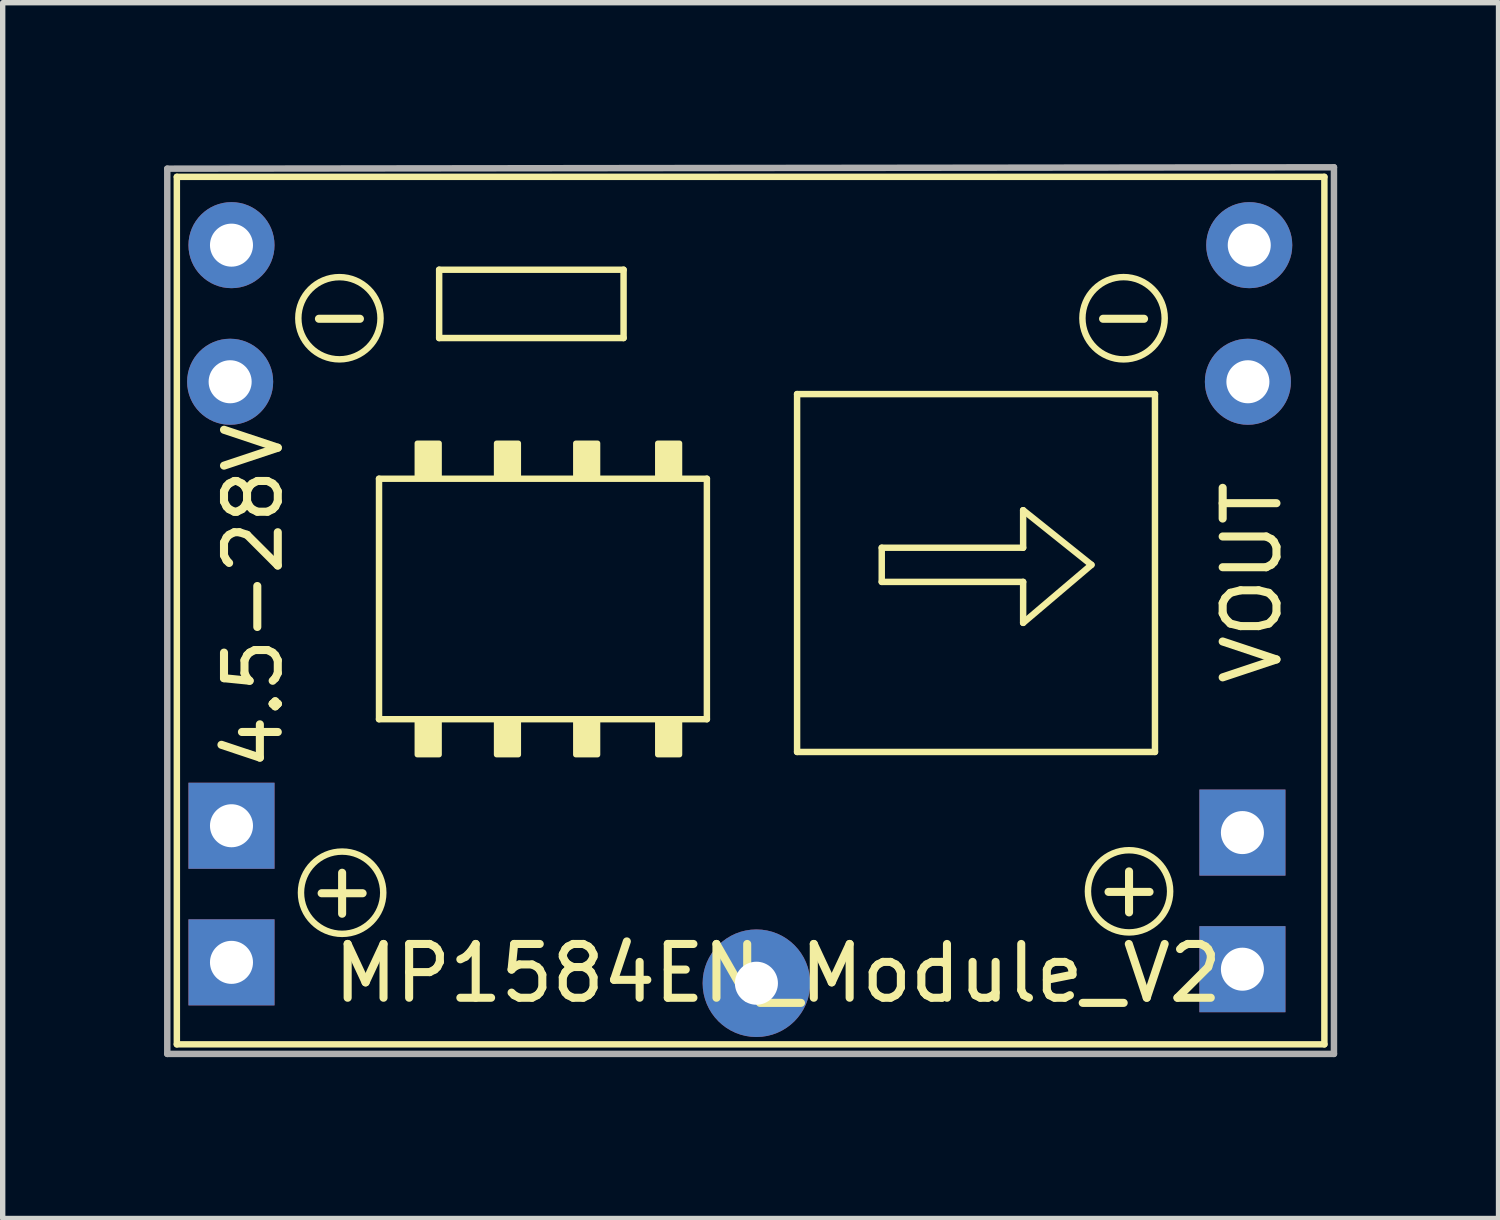
<source format=kicad_pcb>
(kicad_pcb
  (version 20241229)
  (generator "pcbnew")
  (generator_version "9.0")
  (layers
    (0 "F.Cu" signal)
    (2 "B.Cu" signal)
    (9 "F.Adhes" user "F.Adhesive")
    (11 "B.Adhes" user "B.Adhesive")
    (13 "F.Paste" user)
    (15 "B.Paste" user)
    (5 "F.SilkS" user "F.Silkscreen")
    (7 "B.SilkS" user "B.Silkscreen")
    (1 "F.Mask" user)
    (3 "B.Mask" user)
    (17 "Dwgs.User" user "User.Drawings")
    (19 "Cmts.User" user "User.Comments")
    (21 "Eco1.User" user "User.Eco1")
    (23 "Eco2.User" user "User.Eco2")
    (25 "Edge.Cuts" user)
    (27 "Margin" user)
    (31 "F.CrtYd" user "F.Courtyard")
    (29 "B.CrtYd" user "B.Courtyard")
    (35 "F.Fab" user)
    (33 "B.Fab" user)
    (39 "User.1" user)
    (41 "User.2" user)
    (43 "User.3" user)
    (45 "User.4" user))
  (footprint "MP1584EN_Module_V2"
    (placed yes)
    (layer "F.Cu")
    (at 11.414 7.731)
    (property "Reference" "MP1584EN_Module_V2" (at -0.000002 7.315 0) (layer "F.SilkS") (effects (font (size 1 1) (thickness 0.15))))
    (attr through_hole)
    (fp_line (start -11.176 8.636) (end 10.16 8.636) (stroke (width 0.12) (type solid)) (layer "F.SilkS"))
    (fp_line (start -11.176 -7.493) (end -11.176 8.636) (stroke (width 0.12) (type solid)) (layer "F.SilkS"))
    (fp_line (start -7.417 -1.88) (end -1.321 -1.88) (stroke (width 0.12) (type solid)) (layer "F.SilkS"))
    (fp_line (start -7.417 2.591) (end -7.417 -1.88) (stroke (width 0.12) (type solid)) (layer "F.SilkS"))
    (fp_line (start -6.299 -5.766) (end -2.87 -5.766) (stroke (width 0.12) (type solid)) (layer "F.SilkS"))
    (fp_line (start -6.299 -4.496) (end -6.299 -5.766) (stroke (width 0.12) (type solid)) (layer "F.SilkS"))
    (fp_line (start -2.87 -5.766) (end -2.87 -4.496) (stroke (width 0.12) (type solid)) (layer "F.SilkS"))
    (fp_line (start -2.87 -4.496) (end -6.299 -4.496) (stroke (width 0.12) (type solid)) (layer "F.SilkS"))
    (fp_line (start -1.321 2.591) (end -7.417 2.591) (stroke (width 0.12) (type solid)) (layer "F.SilkS"))
    (fp_line (start -1.321 2.591) (end -1.321 -1.88) (stroke (width 0.12) (type solid)) (layer "F.SilkS"))
    (fp_line (start 0.356 -3.454) (end 0.356 3.2) (stroke (width 0.12) (type solid)) (layer "F.SilkS"))
    (fp_line (start 0.356 -3.454) (end 7.01 -3.454) (stroke (width 0.12) (type solid)) (layer "F.SilkS"))
    (fp_line (start 1.93 0.038) (end 1.93 -0.597) (stroke (width 0.12) (type solid)) (layer "F.SilkS"))
    (fp_line (start 1.93 0.038) (end 4.559 0.038) (stroke (width 0.12) (type solid)) (layer "F.SilkS"))
    (fp_line (start 1.93 -0.597) (end 4.559 -0.597) (stroke (width 0.12) (type solid)) (layer "F.SilkS"))
    (fp_line (start 4.559 -1.295) (end 5.829 -0.279) (stroke (width 0.12) (type solid)) (layer "F.SilkS"))
    (fp_line (start 4.559 -0.597) (end 4.559 -1.295) (stroke (width 0.12) (type solid)) (layer "F.SilkS"))
    (fp_line (start 4.559 0.8) (end 4.559 0.038) (stroke (width 0.12) (type solid)) (layer "F.SilkS"))
    (fp_line (start 5.829 -0.279) (end 4.559 0.8) (stroke (width 0.12) (type solid)) (layer "F.SilkS"))
    (fp_line (start 7.01 -3.454) (end 7.01 3.2) (stroke (width 0.12) (type solid)) (layer "F.SilkS"))
    (fp_line (start 7.01 3.2) (end 0.356 3.2) (stroke (width 0.12) (type solid)) (layer "F.SilkS"))
    (fp_line (start 10.16 -7.493) (end -11.176 -7.493) (stroke (width 0.12) (type solid)) (layer "F.SilkS"))
    (fp_line (start 10.16 8.636) (end 10.16 -7.493) (stroke (width 0.12) (type solid)) (layer "F.SilkS"))
    (fp_circle (center -8.153 -4.864) (end -7.582 -4.356) (stroke (width 0.12) (type solid)) (fill no) (layer "F.SilkS"))
    (fp_circle (center -8.103 5.817) (end -7.531 6.325) (stroke (width 0.12) (type solid)) (fill no) (layer "F.SilkS"))
    (fp_circle (center 6.426 -4.864) (end 6.998 -4.356) (stroke (width 0.12) (type solid)) (fill no) (layer "F.SilkS"))
    (fp_circle (center 6.528 5.791) (end 7.099 6.299) (stroke (width 0.12) (type solid)) (fill no) (layer "F.SilkS"))
    (fp_poly (pts (xy -6.706 -2.54) (xy -6.299 -2.54) (xy -6.299 -1.93) (xy -6.706 -1.93)) (stroke (width 0.1) (type solid)) (fill yes) (layer "F.SilkS"))
    (fp_poly (pts (xy -6.706 2.642) (xy -6.299 2.642) (xy -6.299 3.251) (xy -6.706 3.251)) (stroke (width 0.1) (type solid)) (fill yes) (layer "F.SilkS"))
    (fp_poly (pts (xy -5.232 -2.54) (xy -4.826 -2.54) (xy -4.826 -1.93) (xy -5.232 -1.93)) (stroke (width 0.1) (type solid)) (fill yes) (layer "F.SilkS"))
    (fp_poly (pts (xy -5.232 2.642) (xy -4.826 2.642) (xy -4.826 3.251) (xy -5.232 3.251)) (stroke (width 0.1) (type solid)) (fill yes) (layer "F.SilkS"))
    (fp_poly (pts (xy -3.759 -2.54) (xy -3.353 -2.54) (xy -3.353 -1.93) (xy -3.759 -1.93)) (stroke (width 0.1) (type solid)) (fill yes) (layer "F.SilkS"))
    (fp_poly (pts (xy -3.759 2.642) (xy -3.353 2.642) (xy -3.353 3.251) (xy -3.759 3.251)) (stroke (width 0.1) (type solid)) (fill yes) (layer "F.SilkS"))
    (fp_poly (pts (xy -2.235 -2.54) (xy -1.829 -2.54) (xy -1.829 -1.93) (xy -2.235 -1.93)) (stroke (width 0.1) (type solid)) (fill yes) (layer "F.SilkS"))
    (fp_poly (pts (xy -2.235 2.642) (xy -1.829 2.642) (xy -1.829 3.251) (xy -2.235 3.251)) (stroke (width 0.1) (type solid)) (fill yes) (layer "F.SilkS"))
    (fp_line (start -11.354 8.814) (end 10.338 8.814) (stroke (width 0.12) (type solid)) (layer "F.Fab"))
    (fp_line (start -11.354 -7.645) (end -11.354 8.814) (stroke (width 0.12) (type solid)) (layer "F.Fab"))
    (fp_line (start -11.354 -7.645) (end 10.338 -7.671) (stroke (width 0.12) (type solid)) (layer "F.Fab"))
    (fp_line (start 10.338 -7.671) (end 10.338 8.814) (stroke (width 0.12) (type solid)) (layer "F.Fab"))
    (fp_text user "-" (at -8.153 -4.928 0) (layer "F.SilkS") (effects (font (size 1 1) (thickness 0.15))))
    (fp_text user "-" (at 6.426 -4.928 0) (layer "F.SilkS") (effects (font (size 1 1) (thickness 0.15))))
    (fp_text user "4.5-28V" (at -9.754 0.305 90) (layer "F.SilkS") (effects (font (size 1 1) (thickness 0.15))))
    (fp_text user "+" (at 6.528 5.728 0) (layer "F.SilkS") (effects (font (size 1 1) (thickness 0.15))))
    (fp_text user "+" (at -8.103 5.753 0) (layer "F.SilkS") (effects (font (size 1 1) (thickness 0.15))))
    (fp_text user "VOUT" (at 8.814 0.051 90) (layer "F.SilkS") (effects (font (size 1 1) (thickness 0.15))))
    (pad "1" thru_hole rect (at -10.16 7.112 90) (size 1.6 1.6) (drill 0.8) (layers "*.Cu" "*.Mask"))
    (pad "1" thru_hole rect (at -10.16 4.572 90) (size 1.6 1.6) (drill 0.8) (layers "*.Cu" "*.Mask"))
    (pad "2" thru_hole oval (at -10.185 -3.683 90) (size 1.6 1.6) (drill 0.8) (layers "*.Cu" "*.Mask"))
    (pad "2" thru_hole oval (at -10.16 -6.223 90) (size 1.6 1.6) (drill 0.8) (layers "*.Cu" "*.Mask"))
    (pad "3" thru_hole rect (at 8.636 4.699 90) (size 1.6 1.6) (drill 0.8) (layers "*.Cu" "*.Mask"))
    (pad "3" thru_hole rect (at 8.636 7.239 90) (size 1.6 1.6) (drill 0.8) (layers "*.Cu" "*.Mask"))
    (pad "4" thru_hole oval (at 8.738 -3.683 90) (size 1.6 1.6) (drill 0.8) (layers "*.Cu" "*.Mask"))
    (pad "4" thru_hole oval (at 8.763 -6.223 90) (size 1.6 1.6) (drill 0.8) (layers "*.Cu" "*.Mask"))
    (pad "5" thru_hole circle (at -0.4 7.5) (size 2 2) (drill 0.8) (property pad_prop_heatsink) (layers "*.Cu" "*.Mask")))
  (gr_rect
    (start -3 -3)
    (end 24.812 19.605)
    (stroke (width 0.1) (type default))
    (fill no)
    (layer "Edge.Cuts")))
</source>
